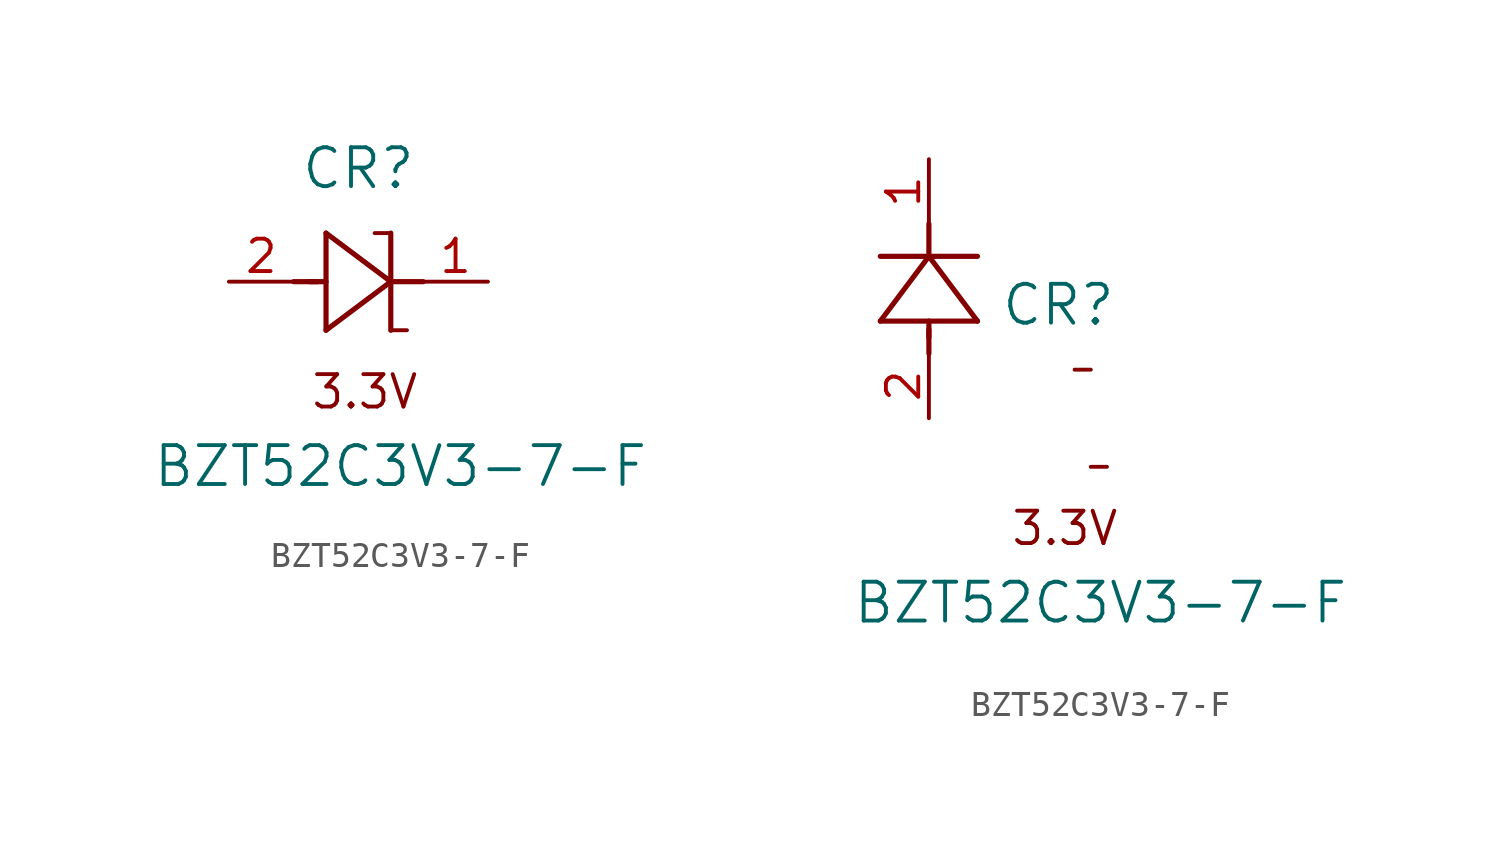
<source format=kicad_sym>
(kicad_symbol_lib
  (version 20231120)
  (generator "kicad_symbol_editor")
  (generator_version "8.0")
  (symbol "BZT52C3V3-7-F"
    (pin_names
      (offset 0.254))
    (property "Reference" "CR"
      (at 5.08 4.445 0)
      (effects (font (size 1.524 1.524))))
    (property "Value" "BZT52C3V3-7-F"
      (at 6.731 -7.239 0)
      (effects (font (size 1.524 1.524))))
    (symbol "BZT52C3V3-7-F_0_0"
      (polyline (pts (xy 5.715 1.905) (xy 6.35 1.905)) (stroke (width 0) (type default)) (fill (type none)))
      (polyline (pts (xy 6.35 -1.905) (xy 6.985 -1.905)) (stroke (width 0) (type default)) (fill (type none)))
      (text "3.3V" (at 5.334 -4.318 0) (effects (font (size 1.27 1.27)))))
    (symbol "BZT52C3V3-7-F_1_1"
      (polyline (pts (xy 2.54 0) (xy 3.48 0)) (stroke (width 0.203) (type default)) (fill (type none)))
      (polyline (pts (xy 3.175 0) (xy 3.81 0)) (stroke (width 0.203) (type default)) (fill (type none)))
      (polyline (pts (xy 3.81 -1.905) (xy 6.35 0)) (stroke (width 0.203) (type default)) (fill (type none)))
      (polyline (pts (xy 3.81 1.905) (xy 3.81 -1.905)) (stroke (width 0.203) (type default)) (fill (type none)))
      (polyline (pts (xy 6.35 -1.905) (xy 6.35 1.905)) (stroke (width 0.203) (type default)) (fill (type none)))
      (polyline (pts (xy 6.35 0) (xy 3.81 1.905)) (stroke (width 0.203) (type default)) (fill (type none)))
      (polyline (pts (xy 6.35 0) (xy 7.62 0)) (stroke (width 0.203) (type default)) (fill (type none)))
      (pin unspecified line (at 10.16 0 180) (length 2.54) (name "" (effects (font (size 1.27 1.27)))) (number "1" (effects (font (size 1.27 1.27)))))
      (pin unspecified line (at 0 0 0) (length 2.54) (name "" (effects (font (size 1.27 1.27)))) (number "2" (effects (font (size 1.27 1.27))))))
    (symbol "BZT52C3V3-7-F_1_2"
      (polyline (pts (xy -1.905 3.81) (xy 1.905 3.81)) (stroke (width 0.203) (type default)) (fill (type none)))
      (polyline (pts (xy 0 2.54) (xy 0 3.48)) (stroke (width 0.203) (type default)) (fill (type none)))
      (polyline (pts (xy 0 3.175) (xy 0 3.81)) (stroke (width 0.203) (type default)) (fill (type none)))
      (polyline (pts (xy 0 6.35) (xy -1.905 3.81)) (stroke (width 0.203) (type default)) (fill (type none)))
      (polyline (pts (xy 0 6.35) (xy 0 7.62)) (stroke (width 0.203) (type default)) (fill (type none)))
      (polyline (pts (xy 1.905 3.81) (xy 0 6.35)) (stroke (width 0.203) (type default)) (fill (type none)))
      (polyline (pts (xy 1.905 6.35) (xy -1.905 6.35)) (stroke (width 0.203) (type default)) (fill (type none)))
      (pin unspecified line (at 0 10.16 270) (length 2.54) (name "" (effects (font (size 1.27 1.27)))) (number "1" (effects (font (size 1.27 1.27)))))
      (pin unspecified line (at 0 0 90) (length 2.54) (name "" (effects (font (size 1.27 1.27)))) (number "2" (effects (font (size 1.27 1.27))))))))
</source>
